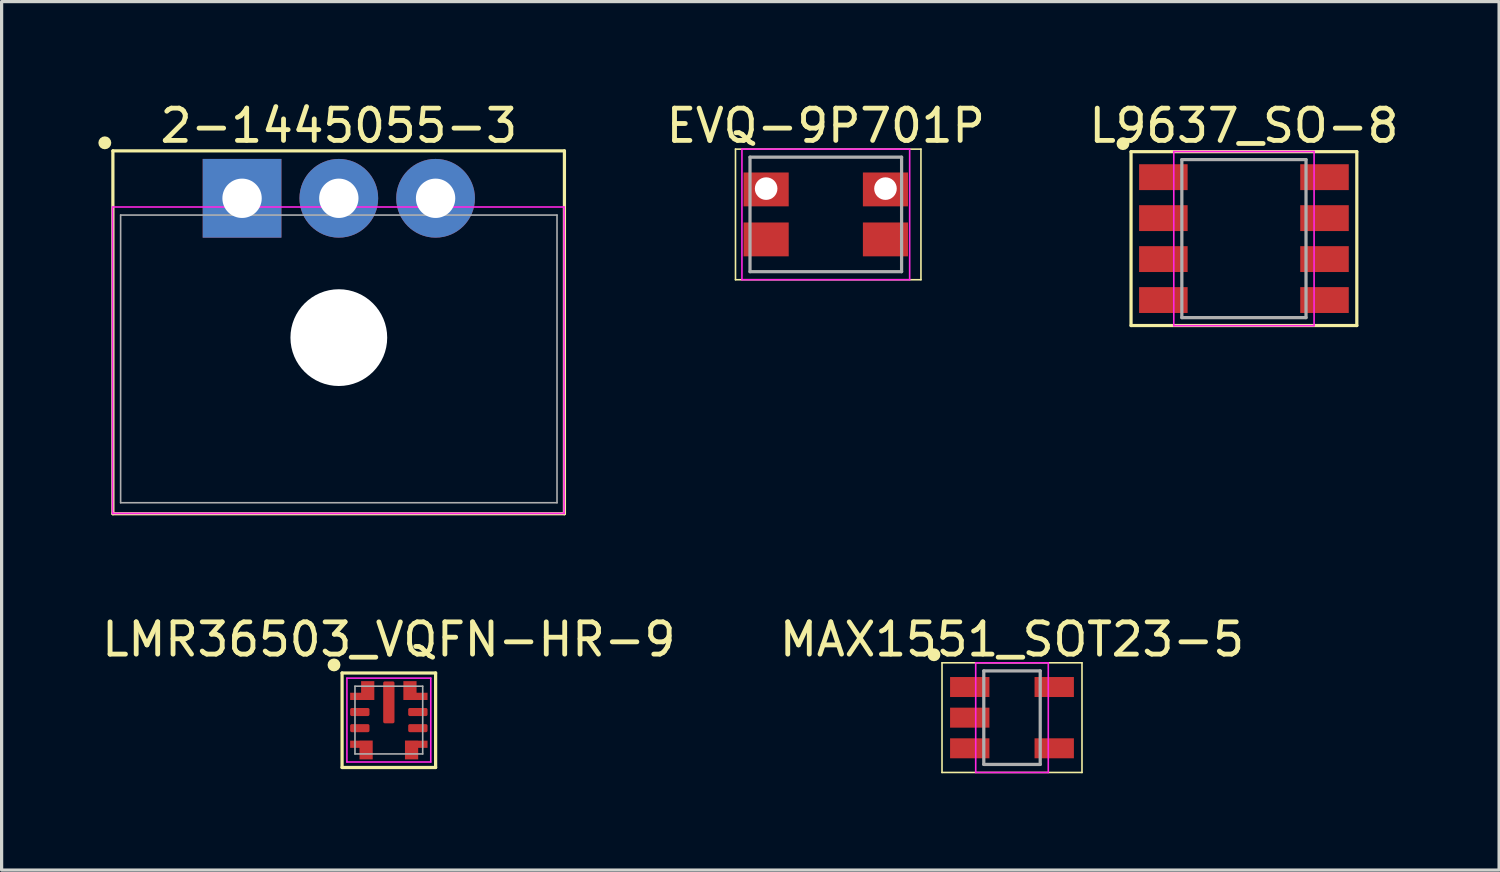
<source format=kicad_pcb>
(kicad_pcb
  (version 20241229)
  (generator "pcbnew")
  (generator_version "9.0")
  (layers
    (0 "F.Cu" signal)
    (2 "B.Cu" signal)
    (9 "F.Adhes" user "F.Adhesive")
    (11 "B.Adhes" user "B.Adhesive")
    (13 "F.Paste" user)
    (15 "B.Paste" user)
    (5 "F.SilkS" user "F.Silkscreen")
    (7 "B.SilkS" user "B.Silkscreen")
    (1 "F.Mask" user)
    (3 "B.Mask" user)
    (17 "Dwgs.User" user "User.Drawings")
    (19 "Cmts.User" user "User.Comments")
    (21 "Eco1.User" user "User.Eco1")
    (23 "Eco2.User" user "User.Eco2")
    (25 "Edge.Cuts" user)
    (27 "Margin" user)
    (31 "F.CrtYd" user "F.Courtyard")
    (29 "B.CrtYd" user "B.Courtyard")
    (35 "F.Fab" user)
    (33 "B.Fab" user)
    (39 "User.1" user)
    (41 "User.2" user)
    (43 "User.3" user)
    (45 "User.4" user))
  (footprint "2-1445055-3"
    (layer "F.Cu")
    (at 7.45 7.253)
    (property "Reference" "2-1445055-3" (at 0.005 -6.405 0) (layer "F.SilkS") (effects (font (size 1 1) (thickness 0.15))))
    (attr through_hole)
    (fp_line (start -7 -5.625) (end 7 -5.625) (stroke (width 0.1) (type solid)) (layer "F.SilkS"))
    (fp_line (start -7 5.625) (end -7 -5.625) (stroke (width 0.1) (type solid)) (layer "F.SilkS"))
    (fp_line (start 7 -5.625) (end 7 5.625) (stroke (width 0.1) (type solid)) (layer "F.SilkS"))
    (fp_line (start 7 5.625) (end -7 5.625) (stroke (width 0.1) (type solid)) (layer "F.SilkS"))
    (fp_circle (center -7.25 -5.875) (end -7.15 -5.875) (stroke (width 0.2) (type solid)) (fill no) (layer "F.SilkS"))
    (fp_line (start -7.01 -3.885) (end 6.99 -3.885) (stroke (width 0.05) (type solid)) (layer "F.CrtYd"))
    (fp_line (start -7.01 5.615) (end -7.01 -3.885) (stroke (width 0.05) (type solid)) (layer "F.CrtYd"))
    (fp_line (start 6.99 -3.885) (end 6.99 5.615) (stroke (width 0.05) (type solid)) (layer "F.CrtYd"))
    (fp_line (start 6.99 5.615) (end -7.01 5.615) (stroke (width 0.05) (type solid)) (layer "F.CrtYd"))
    (fp_line (start -6.76 -3.635) (end 6.77 -3.635) (stroke (width 0.05) (type solid)) (layer "F.Fab"))
    (fp_line (start -6.76 5.285) (end -6.76 -3.635) (stroke (width 0.05) (type solid)) (layer "F.Fab"))
    (fp_line (start 6.77 -3.635) (end 6.77 5.285) (stroke (width 0.05) (type solid)) (layer "F.Fab"))
    (fp_line (start 6.77 5.285) (end -6.76 5.285) (stroke (width 0.05) (type solid)) (layer "F.Fab"))
    (pad "" np_thru_hole circle (at 0.005 0.165) (size 3 3) (drill 3) (layers "*.Cu" "*.Mask"))
    (pad "1" thru_hole rect (at -2.995 -4.155) (size 2.44 2.44) (drill 1.22) (layers "*.Cu" "*.Mask"))
    (pad "2" thru_hole circle (at 0.005 -4.155) (size 2.44 2.44) (drill 1.22) (layers "*.Cu" "*.Mask"))
    (pad "3" thru_hole circle (at 3.005 -4.155) (size 2.44 2.44) (drill 1.22) (layers "*.Cu" "*.Mask")))
  (footprint "LMR36503_VQFN-HR-9"
    (layer "F.Cu")
    (at 9.006 19.276)
    (property "Reference" "LMR36503_VQFN-HR-9" (at 0 -2.5 0) (layer "F.SilkS") (effects (font (size 1 1) (thickness 0.15))))
    (attr smd)
    (fp_line (start -1.45 -1.46) (end -1.45 1.47) (stroke (width 0.1) (type solid)) (layer "F.SilkS"))
    (fp_line (start -1.45 1.47) (end 1.45 1.47) (stroke (width 0.1) (type solid)) (layer "F.SilkS"))
    (fp_line (start 1.45 -1.46) (end -1.45 -1.46) (stroke (width 0.1) (type solid)) (layer "F.SilkS"))
    (fp_line (start 1.45 1.47) (end 1.45 -1.46) (stroke (width 0.1) (type solid)) (layer "F.SilkS"))
    (fp_circle (center -1.7 -1.71) (end -1.6 -1.71) (stroke (width 0.2) (type solid)) (fill no) (layer "F.SilkS"))
    (fp_poly (pts (xy -0.125 -0.4) (xy 0.125 -0.4) (xy 0.125 0.05) (xy -0.125 0.05)) (stroke (width 0.1) (type solid)) (fill yes) (layer "F.Paste"))
    (fp_poly (pts (xy 0.125 -0.7) (xy -0.125 -0.7) (xy -0.125 -1.15) (xy 0.125 -1.15)) (stroke (width 0.1) (type solid)) (fill yes) (layer "F.Paste"))
    (fp_poly (pts (xy -0.45 -0.625) (xy -1.2 -0.625) (xy -1.2 -0.85) (xy -0.86 -0.85) (xy -0.86 -1.125) (xy -0.45 -1.125)) (stroke (width 0.01) (type solid)) (fill yes) (layer "F.Paste"))
    (fp_poly (pts (xy 0.445 -0.625) (xy 1.195 -0.625) (xy 1.195 -0.85) (xy 0.855 -0.85) (xy 0.855 -1.125) (xy 0.445 -1.125)) (stroke (width 0.01) (type solid)) (fill yes) (layer "F.Paste"))
    (fp_line (start -1.3 -1.3) (end 1.3 -1.3) (stroke (width 0.05) (type solid)) (layer "F.CrtYd"))
    (fp_line (start -1.3 1.3) (end -1.3 -1.3) (stroke (width 0.05) (type solid)) (layer "F.CrtYd"))
    (fp_line (start 1.3 -1.3) (end 1.3 1.3) (stroke (width 0.05) (type solid)) (layer "F.CrtYd"))
    (fp_line (start 1.3 1.3) (end -1.3 1.3) (stroke (width 0.05) (type solid)) (layer "F.CrtYd"))
    (fp_line (start -1.05 -1.05) (end -1.05 1.05) (stroke (width 0.05) (type solid)) (layer "F.Fab"))
    (fp_line (start -1.05 1.05) (end 1.05 1.05) (stroke (width 0.05) (type solid)) (layer "F.Fab"))
    (fp_line (start 1.05 -1.05) (end -1.05 -1.05) (stroke (width 0.05) (type solid)) (layer "F.Fab"))
    (fp_line (start 1.05 1.05) (end 1.05 -1.05) (stroke (width 0.05) (type solid)) (layer "F.Fab"))
    (pad "1" smd custom (at -0.825 -0.736) (size 0.75 0.225) (layers "F.Cu" "F.Mask") (options (anchor rect)) (primitives (gr_poly (pts (xy 0.37 0.108) (xy -0.03 0.108) (xy -0.03 -0.467) (xy 0.37 -0.467)) (width 0.01) (fill yes))))
    (pad "2" smd roundrect (at -0.9 -0.25) (size 0.6 0.25) (layers "F.Cu" "F.Mask" "F.Paste") (roundrect_rratio 0.2))
    (pad "3" smd roundrect (at -0.9 0.25) (size 0.6 0.25) (layers "F.Cu" "F.Mask" "F.Paste") (roundrect_rratio 0.2))
    (pad "4" smd custom (at -0.85 0.75) (size 0.7 0.225) (layers "F.Cu" "F.Mask" "F.Paste") (options (anchor rect)) (primitives (gr_poly (pts (xy 0.345 0.465) (xy -0.055 0.465) (xy -0.055 -0.11) (xy 0.345 -0.11)) (width 0.01) (fill yes))))
    (pad "5" smd custom (at 0.85 0.75) (size 0.7 0.225) (layers "F.Cu" "F.Mask" "F.Paste") (options (anchor rect)) (primitives (gr_poly (pts (xy -0.345 0.465) (xy 0.055 0.465) (xy 0.055 -0.11) (xy -0.345 -0.11)) (width 0.01) (fill yes))))
    (pad "6" smd roundrect (at 0.9 0.25) (size 0.6 0.25) (layers "F.Cu" "F.Mask" "F.Paste") (roundrect_rratio 0.2))
    (pad "7" smd roundrect (at 0.9 -0.25) (size 0.6 0.25) (layers "F.Cu" "F.Mask" "F.Paste") (roundrect_rratio 0.2))
    (pad "8" smd custom (at 0.825 -0.736) (size 0.75 0.225) (layers "F.Cu" "F.Mask") (options (anchor rect)) (primitives (gr_poly (pts (xy -0.37 0.108) (xy 0.03 0.108) (xy 0.03 -0.467) (xy -0.37 -0.467)) (width 0.01) (fill yes))))
    (pad "9" smd roundrect (at 0 -0.55 180) (size 0.35 1.3) (layers "F.Cu" "F.Mask") (roundrect_rratio 0.143)))
  (footprint "MAX1551_SOT23-5"
    (layer "F.Cu")
    (at 28.327 19.201)
    (property "Reference" "MAX1551_SOT23-5" (at 0 -2.425 0) (layer "F.SilkS") (effects (font (size 1 1) (thickness 0.15))))
    (attr smd)
    (fp_line (start -2.17 -1.7) (end 2.17 -1.7) (stroke (width 0.05) (type solid)) (layer "F.SilkS"))
    (fp_line (start -2.17 1.7) (end -2.17 -1.7) (stroke (width 0.05) (type solid)) (layer "F.SilkS"))
    (fp_line (start 2.17 -1.7) (end 2.17 1.7) (stroke (width 0.05) (type solid)) (layer "F.SilkS"))
    (fp_line (start 2.17 1.7) (end -2.17 1.7) (stroke (width 0.05) (type solid)) (layer "F.SilkS"))
    (fp_circle (center -2.42 -1.95) (end -2.32 -1.95) (stroke (width 0.2) (type solid)) (fill no) (layer "F.SilkS"))
    (fp_line (start -1.125 -1.7) (end 1.125 -1.7) (stroke (width 0.05) (type solid)) (layer "F.CrtYd"))
    (fp_line (start -1.125 1.7) (end -1.125 -1.7) (stroke (width 0.05) (type solid)) (layer "F.CrtYd"))
    (fp_line (start 1.125 -1.7) (end 1.125 1.7) (stroke (width 0.05) (type solid)) (layer "F.CrtYd"))
    (fp_line (start 1.125 1.7) (end -1.125 1.7) (stroke (width 0.05) (type solid)) (layer "F.CrtYd"))
    (fp_line (start -0.875 -1.45) (end -0.875 1.45) (stroke (width 0.1) (type solid)) (layer "F.Fab"))
    (fp_line (start -0.875 1.45) (end 0.875 1.45) (stroke (width 0.1) (type solid)) (layer "F.Fab"))
    (fp_line (start 0.875 -1.45) (end -0.875 -1.45) (stroke (width 0.1) (type solid)) (layer "F.Fab"))
    (fp_line (start 0.875 1.45) (end 0.875 -1.45) (stroke (width 0.1) (type solid)) (layer "F.Fab"))
    (pad "1" smd rect (at -1.31 -0.95 270) (size 0.62 1.22) (layers "F.Cu" "F.Mask" "F.Paste"))
    (pad "2" smd rect (at -1.31 0 270) (size 0.62 1.22) (layers "F.Cu" "F.Mask" "F.Paste"))
    (pad "3" smd rect (at -1.31 0.95 270) (size 0.62 1.22) (layers "F.Cu" "F.Mask" "F.Paste"))
    (pad "4" smd rect (at 1.309 0.95 270) (size 0.62 1.22) (layers "F.Cu" "F.Mask" "F.Paste"))
    (pad "5" smd rect (at 1.309 -0.95 270) (size 0.62 1.22) (layers "F.Cu" "F.Mask" "F.Paste")))
  (footprint "L9637_SO-8"
    (layer "F.Cu")
    (at 35.518 4.348)
    (property "Reference" "L9637_SO-8" (at 0 -3.5 0) (layer "F.SilkS") (effects (font (size 1 1) (thickness 0.15))))
    (attr smd)
    (fp_line (start -3.5 -2.695) (end -3.5 2.695) (stroke (width 0.1) (type solid)) (layer "F.SilkS"))
    (fp_line (start -3.5 2.695) (end 3.5 2.695) (stroke (width 0.1) (type solid)) (layer "F.SilkS"))
    (fp_line (start 3.5 -2.695) (end -3.5 -2.695) (stroke (width 0.1) (type solid)) (layer "F.SilkS"))
    (fp_line (start 3.5 2.695) (end 3.5 -2.695) (stroke (width 0.1) (type solid)) (layer "F.SilkS"))
    (fp_circle (center -3.75 -2.945) (end -3.65 -2.945) (stroke (width 0.2) (type solid)) (fill no) (layer "F.SilkS"))
    (fp_line (start -2.175 -2.7) (end 2.175 -2.7) (stroke (width 0.05) (type solid)) (layer "F.CrtYd"))
    (fp_line (start -2.175 2.7) (end -2.175 -2.7) (stroke (width 0.05) (type solid)) (layer "F.CrtYd"))
    (fp_line (start 2.175 -2.7) (end 2.175 2.7) (stroke (width 0.05) (type solid)) (layer "F.CrtYd"))
    (fp_line (start 2.175 2.7) (end -2.175 2.7) (stroke (width 0.05) (type solid)) (layer "F.CrtYd"))
    (fp_line (start -1.925 -2.45) (end -1.925 2.45) (stroke (width 0.1) (type solid)) (layer "F.Fab"))
    (fp_line (start -1.925 2.45) (end 1.925 2.45) (stroke (width 0.1) (type solid)) (layer "F.Fab"))
    (fp_line (start 1.925 -2.45) (end -1.925 -2.45) (stroke (width 0.1) (type solid)) (layer "F.Fab"))
    (fp_line (start 1.925 2.45) (end 1.925 -2.45) (stroke (width 0.1) (type solid)) (layer "F.Fab"))
    (pad "1" smd rect (at -2.498 -1.905 270) (size 0.802 1.505) (layers "F.Cu" "F.Mask" "F.Paste"))
    (pad "2" smd rect (at -2.498 -0.635 270) (size 0.802 1.505) (layers "F.Cu" "F.Mask" "F.Paste"))
    (pad "3" smd rect (at -2.498 0.635 270) (size 0.802 1.505) (layers "F.Cu" "F.Mask" "F.Paste"))
    (pad "4" smd rect (at -2.498 1.905 270) (size 0.802 1.505) (layers "F.Cu" "F.Mask" "F.Paste"))
    (pad "5" smd rect (at 2.498 1.905 270) (size 0.802 1.505) (layers "F.Cu" "F.Mask" "F.Paste"))
    (pad "6" smd rect (at 2.498 0.635 270) (size 0.802 1.505) (layers "F.Cu" "F.Mask" "F.Paste"))
    (pad "7" smd rect (at 2.498 -0.635 270) (size 0.802 1.505) (layers "F.Cu" "F.Mask" "F.Paste"))
    (pad "8" smd rect (at 2.498 -1.905 270) (size 0.802 1.505) (layers "F.Cu" "F.Mask" "F.Paste")))
  (footprint "EVQ-9P701P"
    (layer "F.Cu")
    (at 22.554 3.598)
    (property "Reference" "EVQ-9P701P" (at 0 -2.75 0) (layer "F.SilkS") (effects (font (size 1 1) (thickness 0.15))))
    (attr smd)
    (fp_line (start -2.8 -2.025) (end -2.8 2.025) (stroke (width 0.05) (type solid)) (layer "F.SilkS"))
    (fp_line (start -2.8 -2.025) (end 2.95 -2.025) (stroke (width 0.05) (type solid)) (layer "F.SilkS"))
    (fp_line (start 2.95 -2.025) (end 2.95 2.025) (stroke (width 0.05) (type solid)) (layer "F.SilkS"))
    (fp_line (start 2.95 2.025) (end -2.8 2.025) (stroke (width 0.05) (type solid)) (layer "F.SilkS"))
    (fp_line (start -2.6 -2.025) (end -2.6 2.025) (stroke (width 0.05) (type solid)) (layer "F.CrtYd"))
    (fp_line (start -2.6 -2.025) (end 2.6 -2.025) (stroke (width 0.05) (type solid)) (layer "F.CrtYd"))
    (fp_line (start 2.6 2.025) (end -2.6 2.025) (stroke (width 0.05) (type solid)) (layer "F.CrtYd"))
    (fp_line (start 2.6 2.025) (end 2.6 -2.025) (stroke (width 0.05) (type solid)) (layer "F.CrtYd"))
    (fp_line (start -2.35 1.775) (end -2.35 -1.775) (stroke (width 0.1) (type solid)) (layer "F.Fab"))
    (fp_line (start -2.35 1.775) (end 2.35 1.775) (stroke (width 0.1) (type solid)) (layer "F.Fab"))
    (fp_line (start 2.35 -1.775) (end -2.35 -1.775) (stroke (width 0.1) (type solid)) (layer "F.Fab"))
    (fp_line (start 2.35 -1.775) (end 2.35 1.775) (stroke (width 0.1) (type solid)) (layer "F.Fab"))
    (pad "" np_thru_hole circle (at -1.85 -0.8) (size 0.7 0.7) (drill 0.7) (layers "*.Cu" "*.Mask"))
    (pad "" np_thru_hole circle (at 1.85 -0.8) (size 0.7 0.7) (drill 0.7) (layers "*.Cu" "*.Mask"))
    (pad "1" smd rect (at -1.85 -0.775) (size 1.4 1.05) (layers "F.Cu" "F.Mask" "F.Paste"))
    (pad "2" smd rect (at 1.85 -0.775) (size 1.4 1.05) (layers "F.Cu" "F.Mask" "F.Paste"))
    (pad "3" smd rect (at -1.85 0.775) (size 1.4 1.05) (layers "F.Cu" "F.Mask" "F.Paste"))
    (pad "4" smd rect (at 1.85 0.775) (size 1.4 1.05) (layers "F.Cu" "F.Mask" "F.Paste")))
  (gr_rect
    (start -3 -3)
    (end 43.429 23.927)
    (stroke (width 0.1) (type default))
    (fill no)
    (layer "Edge.Cuts")))
</source>
